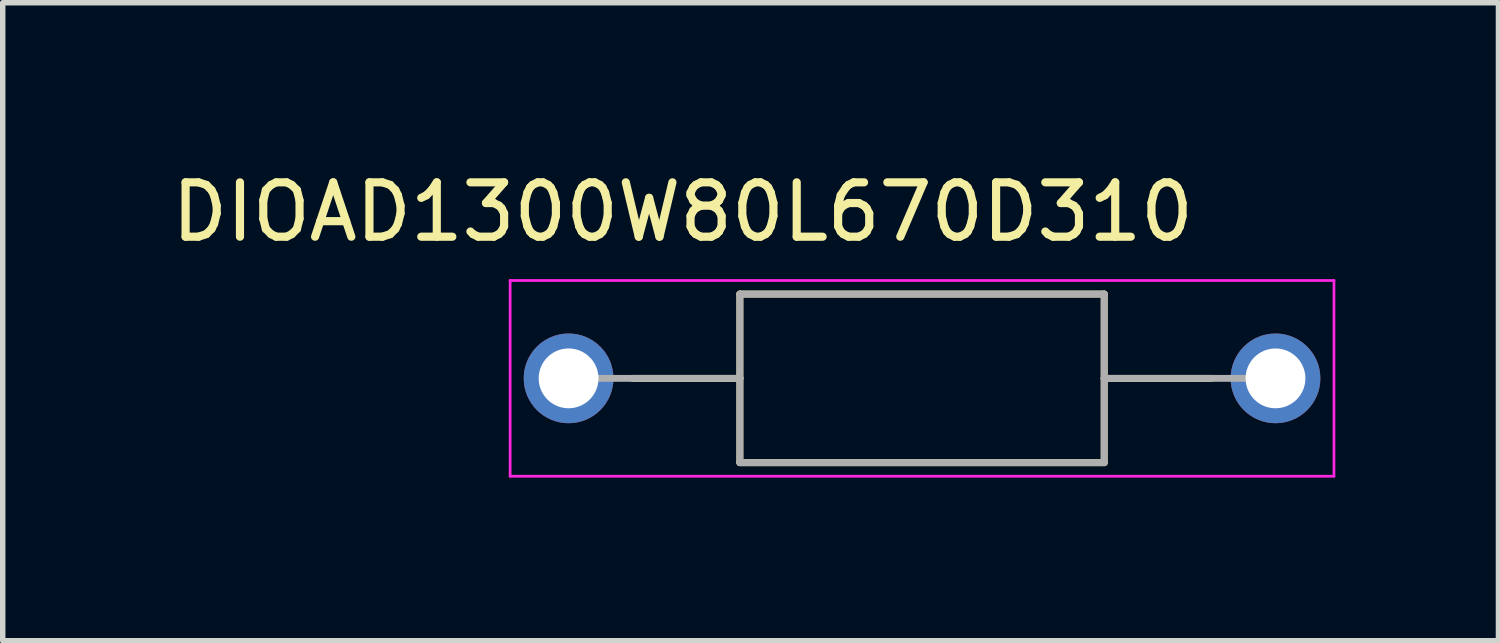
<source format=kicad_pcb>
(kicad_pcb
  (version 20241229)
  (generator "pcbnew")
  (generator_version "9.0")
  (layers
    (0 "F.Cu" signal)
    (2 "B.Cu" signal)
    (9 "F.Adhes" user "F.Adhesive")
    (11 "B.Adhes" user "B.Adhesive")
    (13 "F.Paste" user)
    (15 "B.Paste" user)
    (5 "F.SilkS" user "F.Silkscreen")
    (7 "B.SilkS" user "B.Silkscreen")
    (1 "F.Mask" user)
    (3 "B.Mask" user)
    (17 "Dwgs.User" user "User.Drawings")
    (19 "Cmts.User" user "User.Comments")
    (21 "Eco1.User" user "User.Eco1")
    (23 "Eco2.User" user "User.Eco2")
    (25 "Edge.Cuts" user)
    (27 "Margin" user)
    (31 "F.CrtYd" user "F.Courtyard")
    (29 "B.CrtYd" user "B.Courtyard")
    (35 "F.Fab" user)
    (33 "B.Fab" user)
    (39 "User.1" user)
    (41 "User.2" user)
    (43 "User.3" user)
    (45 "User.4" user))
  (footprint "DIOAD1300W80L670D310"
    (layer "F.Cu")
    (at 13.906 3.908)
    (property "Reference" "DIOAD1300W80L670D310" (at -4.4 -3.06 0) (layer "F.SilkS") (effects (font (size 1 1) (thickness 0.15))))
    (attr through_hole)
    (fp_line (start -3.35 -1.55) (end -3.35 0) (stroke (width 0.127) (type solid)) (layer "F.SilkS"))
    (fp_line (start -3.35 0) (end -5.32 0) (stroke (width 0.127) (type solid)) (layer "F.SilkS"))
    (fp_line (start -3.35 0) (end -3.35 1.55) (stroke (width 0.127) (type solid)) (layer "F.SilkS"))
    (fp_line (start -3.35 1.55) (end 3.35 1.55) (stroke (width 0.127) (type solid)) (layer "F.SilkS"))
    (fp_line (start 3.35 -1.55) (end -3.35 -1.55) (stroke (width 0.127) (type solid)) (layer "F.SilkS"))
    (fp_line (start 3.35 0) (end 3.35 -1.55) (stroke (width 0.127) (type solid)) (layer "F.SilkS"))
    (fp_line (start 3.35 0) (end 5.32 0) (stroke (width 0.127) (type solid)) (layer "F.SilkS"))
    (fp_line (start 3.35 1.55) (end 3.35 0) (stroke (width 0.127) (type solid)) (layer "F.SilkS"))
    (fp_line (start -7.575 -1.8) (end -7.575 1.8) (stroke (width 0.05) (type solid)) (layer "F.CrtYd"))
    (fp_line (start -7.575 1.8) (end 7.575 1.8) (stroke (width 0.05) (type solid)) (layer "F.CrtYd"))
    (fp_line (start 7.575 -1.8) (end -7.575 -1.8) (stroke (width 0.05) (type solid)) (layer "F.CrtYd"))
    (fp_line (start 7.575 1.8) (end 7.575 -1.8) (stroke (width 0.05) (type solid)) (layer "F.CrtYd"))
    (fp_line (start -3.35 -1.55) (end -3.35 0) (stroke (width 0.127) (type solid)) (layer "F.Fab"))
    (fp_line (start -3.35 0) (end -6.5 0) (stroke (width 0.127) (type solid)) (layer "F.Fab"))
    (fp_line (start -3.35 0) (end -3.35 1.55) (stroke (width 0.127) (type solid)) (layer "F.Fab"))
    (fp_line (start -3.35 1.55) (end 3.35 1.55) (stroke (width 0.127) (type solid)) (layer "F.Fab"))
    (fp_line (start 3.35 -1.55) (end -3.35 -1.55) (stroke (width 0.127) (type solid)) (layer "F.Fab"))
    (fp_line (start 3.35 0) (end 3.35 -1.55) (stroke (width 0.127) (type solid)) (layer "F.Fab"))
    (fp_line (start 3.35 0) (end 6.5 0) (stroke (width 0.127) (type solid)) (layer "F.Fab"))
    (fp_line (start 3.35 1.55) (end 3.35 0) (stroke (width 0.127) (type solid)) (layer "F.Fab"))
    (pad "1" thru_hole circle (at -6.5 0) (size 1.65 1.65) (drill 1.1) (layers "*.Cu" "*.Mask"))
    (pad "2" thru_hole circle (at 6.5 0) (size 1.65 1.65) (drill 1.1) (layers "*.Cu" "*.Mask")))
  (gr_rect
    (start -3 -3)
    (end 24.506 8.733)
    (stroke (width 0.1) (type default))
    (fill no)
    (layer "Edge.Cuts")))
</source>
